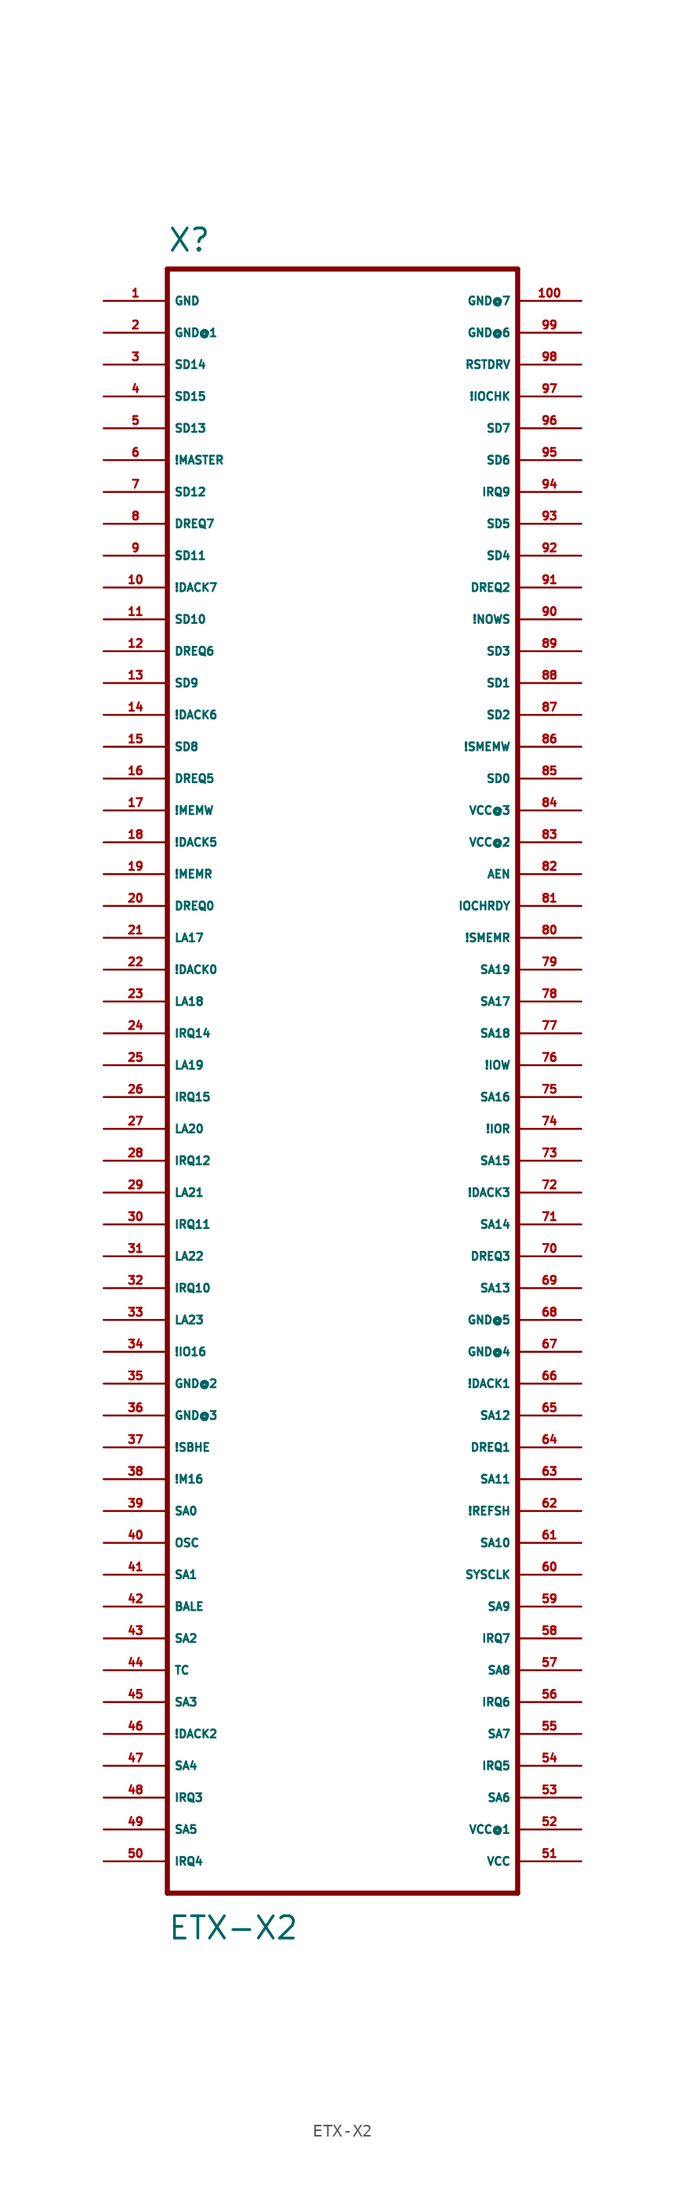
<source format=kicad_sym>
(kicad_symbol_lib
  (version 20220914)
  (generator Eagle2Kicad)
  (symbol "ETX-X2"
    (property "Reference" "X"
      (at -15.24 64.77 0)
      (effects (font (size 1.778 1.778) (thickness 0.22)) (justify left bottom)))
    (property "Value" "ETX-X2"
      (at -15.24 -69.85 0)
      (effects (font (size 1.778 1.778) (thickness 0.22)) (justify left bottom)))
    (polyline
      (pts (xy -15.24 -66.04) (xy 12.7 -66.04))
      (stroke (width 0.406) (type default))
      (fill (type none)))
    (polyline
      (pts (xy 12.7 -66.04) (xy 12.7 63.5))
      (stroke (width 0.406) (type default))
      (fill (type none)))
    (polyline
      (pts (xy 12.7 63.5) (xy -15.24 63.5))
      (stroke (width 0.406) (type default))
      (fill (type none)))
    (polyline
      (pts (xy -15.24 63.5) (xy -15.24 -66.04))
      (stroke (width 0.406) (type default))
      (fill (type none)))
    (pin unspecified line
      (at -20.32 60.96 0)
      (length 5.08)
      (name "GND" (effects (font (size 0.635 0.635) (thickness 0.08)) (justify left bottom)))
      (number "1" (effects (font (size 0.635 0.635) (thickness 0.08)) (justify left bottom))))
    (pin unspecified line
      (at -20.32 58.42 0)
      (length 5.08)
      (name "GND@1" (effects (font (size 0.635 0.635) (thickness 0.08)) (justify left bottom)))
      (number "2" (effects (font (size 0.635 0.635) (thickness 0.08)) (justify left bottom))))
    (pin bidirectional line
      (at -20.32 55.88 0)
      (length 5.08)
      (name "SD14" (effects (font (size 0.635 0.635) (thickness 0.08)) (justify left bottom)))
      (number "3" (effects (font (size 0.635 0.635) (thickness 0.08)) (justify left bottom))))
    (pin bidirectional line
      (at -20.32 53.34 0)
      (length 5.08)
      (name "SD15" (effects (font (size 0.635 0.635) (thickness 0.08)) (justify left bottom)))
      (number "4" (effects (font (size 0.635 0.635) (thickness 0.08)) (justify left bottom))))
    (pin bidirectional line
      (at -20.32 50.8 0)
      (length 5.08)
      (name "SD13" (effects (font (size 0.635 0.635) (thickness 0.08)) (justify left bottom)))
      (number "5" (effects (font (size 0.635 0.635) (thickness 0.08)) (justify left bottom))))
    (pin bidirectional line
      (at -20.32 48.26 0)
      (length 5.08)
      (name "!MASTER" (effects (font (size 0.635 0.635) (thickness 0.08)) (justify left bottom)))
      (number "6" (effects (font (size 0.635 0.635) (thickness 0.08)) (justify left bottom))))
    (pin bidirectional line
      (at -20.32 45.72 0)
      (length 5.08)
      (name "SD12" (effects (font (size 0.635 0.635) (thickness 0.08)) (justify left bottom)))
      (number "7" (effects (font (size 0.635 0.635) (thickness 0.08)) (justify left bottom))))
    (pin bidirectional line
      (at -20.32 43.18 0)
      (length 5.08)
      (name "DREQ7" (effects (font (size 0.635 0.635) (thickness 0.08)) (justify left bottom)))
      (number "8" (effects (font (size 0.635 0.635) (thickness 0.08)) (justify left bottom))))
    (pin bidirectional line
      (at -20.32 40.64 0)
      (length 5.08)
      (name "SD11" (effects (font (size 0.635 0.635) (thickness 0.08)) (justify left bottom)))
      (number "9" (effects (font (size 0.635 0.635) (thickness 0.08)) (justify left bottom))))
    (pin bidirectional line
      (at -20.32 38.1 0)
      (length 5.08)
      (name "!DACK7" (effects (font (size 0.635 0.635) (thickness 0.08)) (justify left bottom)))
      (number "10" (effects (font (size 0.635 0.635) (thickness 0.08)) (justify left bottom))))
    (pin bidirectional line
      (at -20.32 35.56 0)
      (length 5.08)
      (name "SD10" (effects (font (size 0.635 0.635) (thickness 0.08)) (justify left bottom)))
      (number "11" (effects (font (size 0.635 0.635) (thickness 0.08)) (justify left bottom))))
    (pin bidirectional line
      (at -20.32 33.02 0)
      (length 5.08)
      (name "DREQ6" (effects (font (size 0.635 0.635) (thickness 0.08)) (justify left bottom)))
      (number "12" (effects (font (size 0.635 0.635) (thickness 0.08)) (justify left bottom))))
    (pin bidirectional line
      (at -20.32 30.48 0)
      (length 5.08)
      (name "SD9" (effects (font (size 0.635 0.635) (thickness 0.08)) (justify left bottom)))
      (number "13" (effects (font (size 0.635 0.635) (thickness 0.08)) (justify left bottom))))
    (pin bidirectional line
      (at -20.32 27.94 0)
      (length 5.08)
      (name "!DACK6" (effects (font (size 0.635 0.635) (thickness 0.08)) (justify left bottom)))
      (number "14" (effects (font (size 0.635 0.635) (thickness 0.08)) (justify left bottom))))
    (pin bidirectional line
      (at -20.32 25.4 0)
      (length 5.08)
      (name "SD8" (effects (font (size 0.635 0.635) (thickness 0.08)) (justify left bottom)))
      (number "15" (effects (font (size 0.635 0.635) (thickness 0.08)) (justify left bottom))))
    (pin bidirectional line
      (at -20.32 22.86 0)
      (length 5.08)
      (name "DREQ5" (effects (font (size 0.635 0.635) (thickness 0.08)) (justify left bottom)))
      (number "16" (effects (font (size 0.635 0.635) (thickness 0.08)) (justify left bottom))))
    (pin bidirectional line
      (at -20.32 20.32 0)
      (length 5.08)
      (name "!MEMW" (effects (font (size 0.635 0.635) (thickness 0.08)) (justify left bottom)))
      (number "17" (effects (font (size 0.635 0.635) (thickness 0.08)) (justify left bottom))))
    (pin bidirectional line
      (at -20.32 17.78 0)
      (length 5.08)
      (name "!DACK5" (effects (font (size 0.635 0.635) (thickness 0.08)) (justify left bottom)))
      (number "18" (effects (font (size 0.635 0.635) (thickness 0.08)) (justify left bottom))))
    (pin bidirectional line
      (at -20.32 15.24 0)
      (length 5.08)
      (name "!MEMR" (effects (font (size 0.635 0.635) (thickness 0.08)) (justify left bottom)))
      (number "19" (effects (font (size 0.635 0.635) (thickness 0.08)) (justify left bottom))))
    (pin bidirectional line
      (at -20.32 12.7 0)
      (length 5.08)
      (name "DREQ0" (effects (font (size 0.635 0.635) (thickness 0.08)) (justify left bottom)))
      (number "20" (effects (font (size 0.635 0.635) (thickness 0.08)) (justify left bottom))))
    (pin bidirectional line
      (at -20.32 10.16 0)
      (length 5.08)
      (name "LA17" (effects (font (size 0.635 0.635) (thickness 0.08)) (justify left bottom)))
      (number "21" (effects (font (size 0.635 0.635) (thickness 0.08)) (justify left bottom))))
    (pin bidirectional line
      (at -20.32 7.62 0)
      (length 5.08)
      (name "!DACK0" (effects (font (size 0.635 0.635) (thickness 0.08)) (justify left bottom)))
      (number "22" (effects (font (size 0.635 0.635) (thickness 0.08)) (justify left bottom))))
    (pin bidirectional line
      (at -20.32 5.08 0)
      (length 5.08)
      (name "LA18" (effects (font (size 0.635 0.635) (thickness 0.08)) (justify left bottom)))
      (number "23" (effects (font (size 0.635 0.635) (thickness 0.08)) (justify left bottom))))
    (pin bidirectional line
      (at -20.32 2.54 0)
      (length 5.08)
      (name "IRQ14" (effects (font (size 0.635 0.635) (thickness 0.08)) (justify left bottom)))
      (number "24" (effects (font (size 0.635 0.635) (thickness 0.08)) (justify left bottom))))
    (pin bidirectional line
      (at -20.32 0 0)
      (length 5.08)
      (name "LA19" (effects (font (size 0.635 0.635) (thickness 0.08)) (justify left bottom)))
      (number "25" (effects (font (size 0.635 0.635) (thickness 0.08)) (justify left bottom))))
    (pin bidirectional line
      (at -20.32 -2.54 0)
      (length 5.08)
      (name "IRQ15" (effects (font (size 0.635 0.635) (thickness 0.08)) (justify left bottom)))
      (number "26" (effects (font (size 0.635 0.635) (thickness 0.08)) (justify left bottom))))
    (pin bidirectional line
      (at -20.32 -5.08 0)
      (length 5.08)
      (name "LA20" (effects (font (size 0.635 0.635) (thickness 0.08)) (justify left bottom)))
      (number "27" (effects (font (size 0.635 0.635) (thickness 0.08)) (justify left bottom))))
    (pin bidirectional line
      (at -20.32 -7.62 0)
      (length 5.08)
      (name "IRQ12" (effects (font (size 0.635 0.635) (thickness 0.08)) (justify left bottom)))
      (number "28" (effects (font (size 0.635 0.635) (thickness 0.08)) (justify left bottom))))
    (pin bidirectional line
      (at -20.32 -10.16 0)
      (length 5.08)
      (name "LA21" (effects (font (size 0.635 0.635) (thickness 0.08)) (justify left bottom)))
      (number "29" (effects (font (size 0.635 0.635) (thickness 0.08)) (justify left bottom))))
    (pin bidirectional line
      (at -20.32 -12.7 0)
      (length 5.08)
      (name "IRQ11" (effects (font (size 0.635 0.635) (thickness 0.08)) (justify left bottom)))
      (number "30" (effects (font (size 0.635 0.635) (thickness 0.08)) (justify left bottom))))
    (pin bidirectional line
      (at -20.32 -15.24 0)
      (length 5.08)
      (name "LA22" (effects (font (size 0.635 0.635) (thickness 0.08)) (justify left bottom)))
      (number "31" (effects (font (size 0.635 0.635) (thickness 0.08)) (justify left bottom))))
    (pin bidirectional line
      (at -20.32 -17.78 0)
      (length 5.08)
      (name "IRQ10" (effects (font (size 0.635 0.635) (thickness 0.08)) (justify left bottom)))
      (number "32" (effects (font (size 0.635 0.635) (thickness 0.08)) (justify left bottom))))
    (pin bidirectional line
      (at -20.32 -20.32 0)
      (length 5.08)
      (name "LA23" (effects (font (size 0.635 0.635) (thickness 0.08)) (justify left bottom)))
      (number "33" (effects (font (size 0.635 0.635) (thickness 0.08)) (justify left bottom))))
    (pin bidirectional line
      (at -20.32 -22.86 0)
      (length 5.08)
      (name "!IO16" (effects (font (size 0.635 0.635) (thickness 0.08)) (justify left bottom)))
      (number "34" (effects (font (size 0.635 0.635) (thickness 0.08)) (justify left bottom))))
    (pin unspecified line
      (at -20.32 -25.4 0)
      (length 5.08)
      (name "GND@2" (effects (font (size 0.635 0.635) (thickness 0.08)) (justify left bottom)))
      (number "35" (effects (font (size 0.635 0.635) (thickness 0.08)) (justify left bottom))))
    (pin unspecified line
      (at -20.32 -27.94 0)
      (length 5.08)
      (name "GND@3" (effects (font (size 0.635 0.635) (thickness 0.08)) (justify left bottom)))
      (number "36" (effects (font (size 0.635 0.635) (thickness 0.08)) (justify left bottom))))
    (pin bidirectional line
      (at -20.32 -30.48 0)
      (length 5.08)
      (name "!SBHE" (effects (font (size 0.635 0.635) (thickness 0.08)) (justify left bottom)))
      (number "37" (effects (font (size 0.635 0.635) (thickness 0.08)) (justify left bottom))))
    (pin bidirectional line
      (at -20.32 -33.02 0)
      (length 5.08)
      (name "!M16" (effects (font (size 0.635 0.635) (thickness 0.08)) (justify left bottom)))
      (number "38" (effects (font (size 0.635 0.635) (thickness 0.08)) (justify left bottom))))
    (pin bidirectional line
      (at -20.32 -35.56 0)
      (length 5.08)
      (name "SA0" (effects (font (size 0.635 0.635) (thickness 0.08)) (justify left bottom)))
      (number "39" (effects (font (size 0.635 0.635) (thickness 0.08)) (justify left bottom))))
    (pin bidirectional line
      (at -20.32 -38.1 0)
      (length 5.08)
      (name "OSC" (effects (font (size 0.635 0.635) (thickness 0.08)) (justify left bottom)))
      (number "40" (effects (font (size 0.635 0.635) (thickness 0.08)) (justify left bottom))))
    (pin bidirectional line
      (at -20.32 -40.64 0)
      (length 5.08)
      (name "SA1" (effects (font (size 0.635 0.635) (thickness 0.08)) (justify left bottom)))
      (number "41" (effects (font (size 0.635 0.635) (thickness 0.08)) (justify left bottom))))
    (pin bidirectional line
      (at -20.32 -43.18 0)
      (length 5.08)
      (name "BALE" (effects (font (size 0.635 0.635) (thickness 0.08)) (justify left bottom)))
      (number "42" (effects (font (size 0.635 0.635) (thickness 0.08)) (justify left bottom))))
    (pin bidirectional line
      (at -20.32 -45.72 0)
      (length 5.08)
      (name "SA2" (effects (font (size 0.635 0.635) (thickness 0.08)) (justify left bottom)))
      (number "43" (effects (font (size 0.635 0.635) (thickness 0.08)) (justify left bottom))))
    (pin bidirectional line
      (at -20.32 -48.26 0)
      (length 5.08)
      (name "TC" (effects (font (size 0.635 0.635) (thickness 0.08)) (justify left bottom)))
      (number "44" (effects (font (size 0.635 0.635) (thickness 0.08)) (justify left bottom))))
    (pin bidirectional line
      (at -20.32 -50.8 0)
      (length 5.08)
      (name "SA3" (effects (font (size 0.635 0.635) (thickness 0.08)) (justify left bottom)))
      (number "45" (effects (font (size 0.635 0.635) (thickness 0.08)) (justify left bottom))))
    (pin bidirectional line
      (at -20.32 -53.34 0)
      (length 5.08)
      (name "!DACK2" (effects (font (size 0.635 0.635) (thickness 0.08)) (justify left bottom)))
      (number "46" (effects (font (size 0.635 0.635) (thickness 0.08)) (justify left bottom))))
    (pin bidirectional line
      (at -20.32 -55.88 0)
      (length 5.08)
      (name "SA4" (effects (font (size 0.635 0.635) (thickness 0.08)) (justify left bottom)))
      (number "47" (effects (font (size 0.635 0.635) (thickness 0.08)) (justify left bottom))))
    (pin bidirectional line
      (at -20.32 -58.42 0)
      (length 5.08)
      (name "IRQ3" (effects (font (size 0.635 0.635) (thickness 0.08)) (justify left bottom)))
      (number "48" (effects (font (size 0.635 0.635) (thickness 0.08)) (justify left bottom))))
    (pin bidirectional line
      (at -20.32 -60.96 0)
      (length 5.08)
      (name "SA5" (effects (font (size 0.635 0.635) (thickness 0.08)) (justify left bottom)))
      (number "49" (effects (font (size 0.635 0.635) (thickness 0.08)) (justify left bottom))))
    (pin bidirectional line
      (at -20.32 -63.5 0)
      (length 5.08)
      (name "IRQ4" (effects (font (size 0.635 0.635) (thickness 0.08)) (justify left bottom)))
      (number "50" (effects (font (size 0.635 0.635) (thickness 0.08)) (justify left bottom))))
    (pin unspecified line
      (at 17.78 -63.5 180)
      (length 5.08)
      (name "VCC" (effects (font (size 0.635 0.635) (thickness 0.08)) (justify left bottom)))
      (number "51" (effects (font (size 0.635 0.635) (thickness 0.08)) (justify left bottom))))
    (pin unspecified line
      (at 17.78 -60.96 180)
      (length 5.08)
      (name "VCC@1" (effects (font (size 0.635 0.635) (thickness 0.08)) (justify left bottom)))
      (number "52" (effects (font (size 0.635 0.635) (thickness 0.08)) (justify left bottom))))
    (pin bidirectional line
      (at 17.78 -58.42 180)
      (length 5.08)
      (name "SA6" (effects (font (size 0.635 0.635) (thickness 0.08)) (justify left bottom)))
      (number "53" (effects (font (size 0.635 0.635) (thickness 0.08)) (justify left bottom))))
    (pin bidirectional line
      (at 17.78 -55.88 180)
      (length 5.08)
      (name "IRQ5" (effects (font (size 0.635 0.635) (thickness 0.08)) (justify left bottom)))
      (number "54" (effects (font (size 0.635 0.635) (thickness 0.08)) (justify left bottom))))
    (pin bidirectional line
      (at 17.78 -53.34 180)
      (length 5.08)
      (name "SA7" (effects (font (size 0.635 0.635) (thickness 0.08)) (justify left bottom)))
      (number "55" (effects (font (size 0.635 0.635) (thickness 0.08)) (justify left bottom))))
    (pin bidirectional line
      (at 17.78 -50.8 180)
      (length 5.08)
      (name "IRQ6" (effects (font (size 0.635 0.635) (thickness 0.08)) (justify left bottom)))
      (number "56" (effects (font (size 0.635 0.635) (thickness 0.08)) (justify left bottom))))
    (pin bidirectional line
      (at 17.78 -48.26 180)
      (length 5.08)
      (name "SA8" (effects (font (size 0.635 0.635) (thickness 0.08)) (justify left bottom)))
      (number "57" (effects (font (size 0.635 0.635) (thickness 0.08)) (justify left bottom))))
    (pin bidirectional line
      (at 17.78 -45.72 180)
      (length 5.08)
      (name "IRQ7" (effects (font (size 0.635 0.635) (thickness 0.08)) (justify left bottom)))
      (number "58" (effects (font (size 0.635 0.635) (thickness 0.08)) (justify left bottom))))
    (pin bidirectional line
      (at 17.78 -43.18 180)
      (length 5.08)
      (name "SA9" (effects (font (size 0.635 0.635) (thickness 0.08)) (justify left bottom)))
      (number "59" (effects (font (size 0.635 0.635) (thickness 0.08)) (justify left bottom))))
    (pin bidirectional line
      (at 17.78 -40.64 180)
      (length 5.08)
      (name "SYSCLK" (effects (font (size 0.635 0.635) (thickness 0.08)) (justify left bottom)))
      (number "60" (effects (font (size 0.635 0.635) (thickness 0.08)) (justify left bottom))))
    (pin bidirectional line
      (at 17.78 -38.1 180)
      (length 5.08)
      (name "SA10" (effects (font (size 0.635 0.635) (thickness 0.08)) (justify left bottom)))
      (number "61" (effects (font (size 0.635 0.635) (thickness 0.08)) (justify left bottom))))
    (pin bidirectional line
      (at 17.78 -35.56 180)
      (length 5.08)
      (name "!REFSH" (effects (font (size 0.635 0.635) (thickness 0.08)) (justify left bottom)))
      (number "62" (effects (font (size 0.635 0.635) (thickness 0.08)) (justify left bottom))))
    (pin bidirectional line
      (at 17.78 -33.02 180)
      (length 5.08)
      (name "SA11" (effects (font (size 0.635 0.635) (thickness 0.08)) (justify left bottom)))
      (number "63" (effects (font (size 0.635 0.635) (thickness 0.08)) (justify left bottom))))
    (pin bidirectional line
      (at 17.78 -30.48 180)
      (length 5.08)
      (name "DREQ1" (effects (font (size 0.635 0.635) (thickness 0.08)) (justify left bottom)))
      (number "64" (effects (font (size 0.635 0.635) (thickness 0.08)) (justify left bottom))))
    (pin bidirectional line
      (at 17.78 -27.94 180)
      (length 5.08)
      (name "SA12" (effects (font (size 0.635 0.635) (thickness 0.08)) (justify left bottom)))
      (number "65" (effects (font (size 0.635 0.635) (thickness 0.08)) (justify left bottom))))
    (pin bidirectional line
      (at 17.78 -25.4 180)
      (length 5.08)
      (name "!DACK1" (effects (font (size 0.635 0.635) (thickness 0.08)) (justify left bottom)))
      (number "66" (effects (font (size 0.635 0.635) (thickness 0.08)) (justify left bottom))))
    (pin unspecified line
      (at 17.78 -22.86 180)
      (length 5.08)
      (name "GND@4" (effects (font (size 0.635 0.635) (thickness 0.08)) (justify left bottom)))
      (number "67" (effects (font (size 0.635 0.635) (thickness 0.08)) (justify left bottom))))
    (pin unspecified line
      (at 17.78 -20.32 180)
      (length 5.08)
      (name "GND@5" (effects (font (size 0.635 0.635) (thickness 0.08)) (justify left bottom)))
      (number "68" (effects (font (size 0.635 0.635) (thickness 0.08)) (justify left bottom))))
    (pin bidirectional line
      (at 17.78 -17.78 180)
      (length 5.08)
      (name "SA13" (effects (font (size 0.635 0.635) (thickness 0.08)) (justify left bottom)))
      (number "69" (effects (font (size 0.635 0.635) (thickness 0.08)) (justify left bottom))))
    (pin bidirectional line
      (at 17.78 -15.24 180)
      (length 5.08)
      (name "DREQ3" (effects (font (size 0.635 0.635) (thickness 0.08)) (justify left bottom)))
      (number "70" (effects (font (size 0.635 0.635) (thickness 0.08)) (justify left bottom))))
    (pin bidirectional line
      (at 17.78 -12.7 180)
      (length 5.08)
      (name "SA14" (effects (font (size 0.635 0.635) (thickness 0.08)) (justify left bottom)))
      (number "71" (effects (font (size 0.635 0.635) (thickness 0.08)) (justify left bottom))))
    (pin bidirectional line
      (at 17.78 -10.16 180)
      (length 5.08)
      (name "!DACK3" (effects (font (size 0.635 0.635) (thickness 0.08)) (justify left bottom)))
      (number "72" (effects (font (size 0.635 0.635) (thickness 0.08)) (justify left bottom))))
    (pin bidirectional line
      (at 17.78 -7.62 180)
      (length 5.08)
      (name "SA15" (effects (font (size 0.635 0.635) (thickness 0.08)) (justify left bottom)))
      (number "73" (effects (font (size 0.635 0.635) (thickness 0.08)) (justify left bottom))))
    (pin bidirectional line
      (at 17.78 -5.08 180)
      (length 5.08)
      (name "!IOR" (effects (font (size 0.635 0.635) (thickness 0.08)) (justify left bottom)))
      (number "74" (effects (font (size 0.635 0.635) (thickness 0.08)) (justify left bottom))))
    (pin bidirectional line
      (at 17.78 -2.54 180)
      (length 5.08)
      (name "SA16" (effects (font (size 0.635 0.635) (thickness 0.08)) (justify left bottom)))
      (number "75" (effects (font (size 0.635 0.635) (thickness 0.08)) (justify left bottom))))
    (pin bidirectional line
      (at 17.78 0 180)
      (length 5.08)
      (name "!IOW" (effects (font (size 0.635 0.635) (thickness 0.08)) (justify left bottom)))
      (number "76" (effects (font (size 0.635 0.635) (thickness 0.08)) (justify left bottom))))
    (pin bidirectional line
      (at 17.78 2.54 180)
      (length 5.08)
      (name "SA18" (effects (font (size 0.635 0.635) (thickness 0.08)) (justify left bottom)))
      (number "77" (effects (font (size 0.635 0.635) (thickness 0.08)) (justify left bottom))))
    (pin bidirectional line
      (at 17.78 5.08 180)
      (length 5.08)
      (name "SA17" (effects (font (size 0.635 0.635) (thickness 0.08)) (justify left bottom)))
      (number "78" (effects (font (size 0.635 0.635) (thickness 0.08)) (justify left bottom))))
    (pin bidirectional line
      (at 17.78 7.62 180)
      (length 5.08)
      (name "SA19" (effects (font (size 0.635 0.635) (thickness 0.08)) (justify left bottom)))
      (number "79" (effects (font (size 0.635 0.635) (thickness 0.08)) (justify left bottom))))
    (pin bidirectional line
      (at 17.78 10.16 180)
      (length 5.08)
      (name "!SMEMR" (effects (font (size 0.635 0.635) (thickness 0.08)) (justify left bottom)))
      (number "80" (effects (font (size 0.635 0.635) (thickness 0.08)) (justify left bottom))))
    (pin bidirectional line
      (at 17.78 12.7 180)
      (length 5.08)
      (name "IOCHRDY" (effects (font (size 0.635 0.635) (thickness 0.08)) (justify left bottom)))
      (number "81" (effects (font (size 0.635 0.635) (thickness 0.08)) (justify left bottom))))
    (pin bidirectional line
      (at 17.78 15.24 180)
      (length 5.08)
      (name "AEN" (effects (font (size 0.635 0.635) (thickness 0.08)) (justify left bottom)))
      (number "82" (effects (font (size 0.635 0.635) (thickness 0.08)) (justify left bottom))))
    (pin unspecified line
      (at 17.78 17.78 180)
      (length 5.08)
      (name "VCC@2" (effects (font (size 0.635 0.635) (thickness 0.08)) (justify left bottom)))
      (number "83" (effects (font (size 0.635 0.635) (thickness 0.08)) (justify left bottom))))
    (pin unspecified line
      (at 17.78 20.32 180)
      (length 5.08)
      (name "VCC@3" (effects (font (size 0.635 0.635) (thickness 0.08)) (justify left bottom)))
      (number "84" (effects (font (size 0.635 0.635) (thickness 0.08)) (justify left bottom))))
    (pin bidirectional line
      (at 17.78 22.86 180)
      (length 5.08)
      (name "SD0" (effects (font (size 0.635 0.635) (thickness 0.08)) (justify left bottom)))
      (number "85" (effects (font (size 0.635 0.635) (thickness 0.08)) (justify left bottom))))
    (pin bidirectional line
      (at 17.78 25.4 180)
      (length 5.08)
      (name "!SMEMW" (effects (font (size 0.635 0.635) (thickness 0.08)) (justify left bottom)))
      (number "86" (effects (font (size 0.635 0.635) (thickness 0.08)) (justify left bottom))))
    (pin bidirectional line
      (at 17.78 27.94 180)
      (length 5.08)
      (name "SD2" (effects (font (size 0.635 0.635) (thickness 0.08)) (justify left bottom)))
      (number "87" (effects (font (size 0.635 0.635) (thickness 0.08)) (justify left bottom))))
    (pin bidirectional line
      (at 17.78 30.48 180)
      (length 5.08)
      (name "SD1" (effects (font (size 0.635 0.635) (thickness 0.08)) (justify left bottom)))
      (number "88" (effects (font (size 0.635 0.635) (thickness 0.08)) (justify left bottom))))
    (pin bidirectional line
      (at 17.78 33.02 180)
      (length 5.08)
      (name "SD3" (effects (font (size 0.635 0.635) (thickness 0.08)) (justify left bottom)))
      (number "89" (effects (font (size 0.635 0.635) (thickness 0.08)) (justify left bottom))))
    (pin bidirectional line
      (at 17.78 35.56 180)
      (length 5.08)
      (name "!NOWS" (effects (font (size 0.635 0.635) (thickness 0.08)) (justify left bottom)))
      (number "90" (effects (font (size 0.635 0.635) (thickness 0.08)) (justify left bottom))))
    (pin bidirectional line
      (at 17.78 38.1 180)
      (length 5.08)
      (name "DREQ2" (effects (font (size 0.635 0.635) (thickness 0.08)) (justify left bottom)))
      (number "91" (effects (font (size 0.635 0.635) (thickness 0.08)) (justify left bottom))))
    (pin bidirectional line
      (at 17.78 40.64 180)
      (length 5.08)
      (name "SD4" (effects (font (size 0.635 0.635) (thickness 0.08)) (justify left bottom)))
      (number "92" (effects (font (size 0.635 0.635) (thickness 0.08)) (justify left bottom))))
    (pin bidirectional line
      (at 17.78 43.18 180)
      (length 5.08)
      (name "SD5" (effects (font (size 0.635 0.635) (thickness 0.08)) (justify left bottom)))
      (number "93" (effects (font (size 0.635 0.635) (thickness 0.08)) (justify left bottom))))
    (pin bidirectional line
      (at 17.78 45.72 180)
      (length 5.08)
      (name "IRQ9" (effects (font (size 0.635 0.635) (thickness 0.08)) (justify left bottom)))
      (number "94" (effects (font (size 0.635 0.635) (thickness 0.08)) (justify left bottom))))
    (pin bidirectional line
      (at 17.78 48.26 180)
      (length 5.08)
      (name "SD6" (effects (font (size 0.635 0.635) (thickness 0.08)) (justify left bottom)))
      (number "95" (effects (font (size 0.635 0.635) (thickness 0.08)) (justify left bottom))))
    (pin bidirectional line
      (at 17.78 50.8 180)
      (length 5.08)
      (name "SD7" (effects (font (size 0.635 0.635) (thickness 0.08)) (justify left bottom)))
      (number "96" (effects (font (size 0.635 0.635) (thickness 0.08)) (justify left bottom))))
    (pin bidirectional line
      (at 17.78 53.34 180)
      (length 5.08)
      (name "!IOCHK" (effects (font (size 0.635 0.635) (thickness 0.08)) (justify left bottom)))
      (number "97" (effects (font (size 0.635 0.635) (thickness 0.08)) (justify left bottom))))
    (pin bidirectional line
      (at 17.78 55.88 180)
      (length 5.08)
      (name "RSTDRV" (effects (font (size 0.635 0.635) (thickness 0.08)) (justify left bottom)))
      (number "98" (effects (font (size 0.635 0.635) (thickness 0.08)) (justify left bottom))))
    (pin unspecified line
      (at 17.78 58.42 180)
      (length 5.08)
      (name "GND@6" (effects (font (size 0.635 0.635) (thickness 0.08)) (justify left bottom)))
      (number "99" (effects (font (size 0.635 0.635) (thickness 0.08)) (justify left bottom))))
    (pin unspecified line
      (at 17.78 60.96 180)
      (length 5.08)
      (name "GND@7" (effects (font (size 0.635 0.635) (thickness 0.08)) (justify left bottom)))
      (number "100" (effects (font (size 0.635 0.635) (thickness 0.08)) (justify left bottom))))))
</source>
